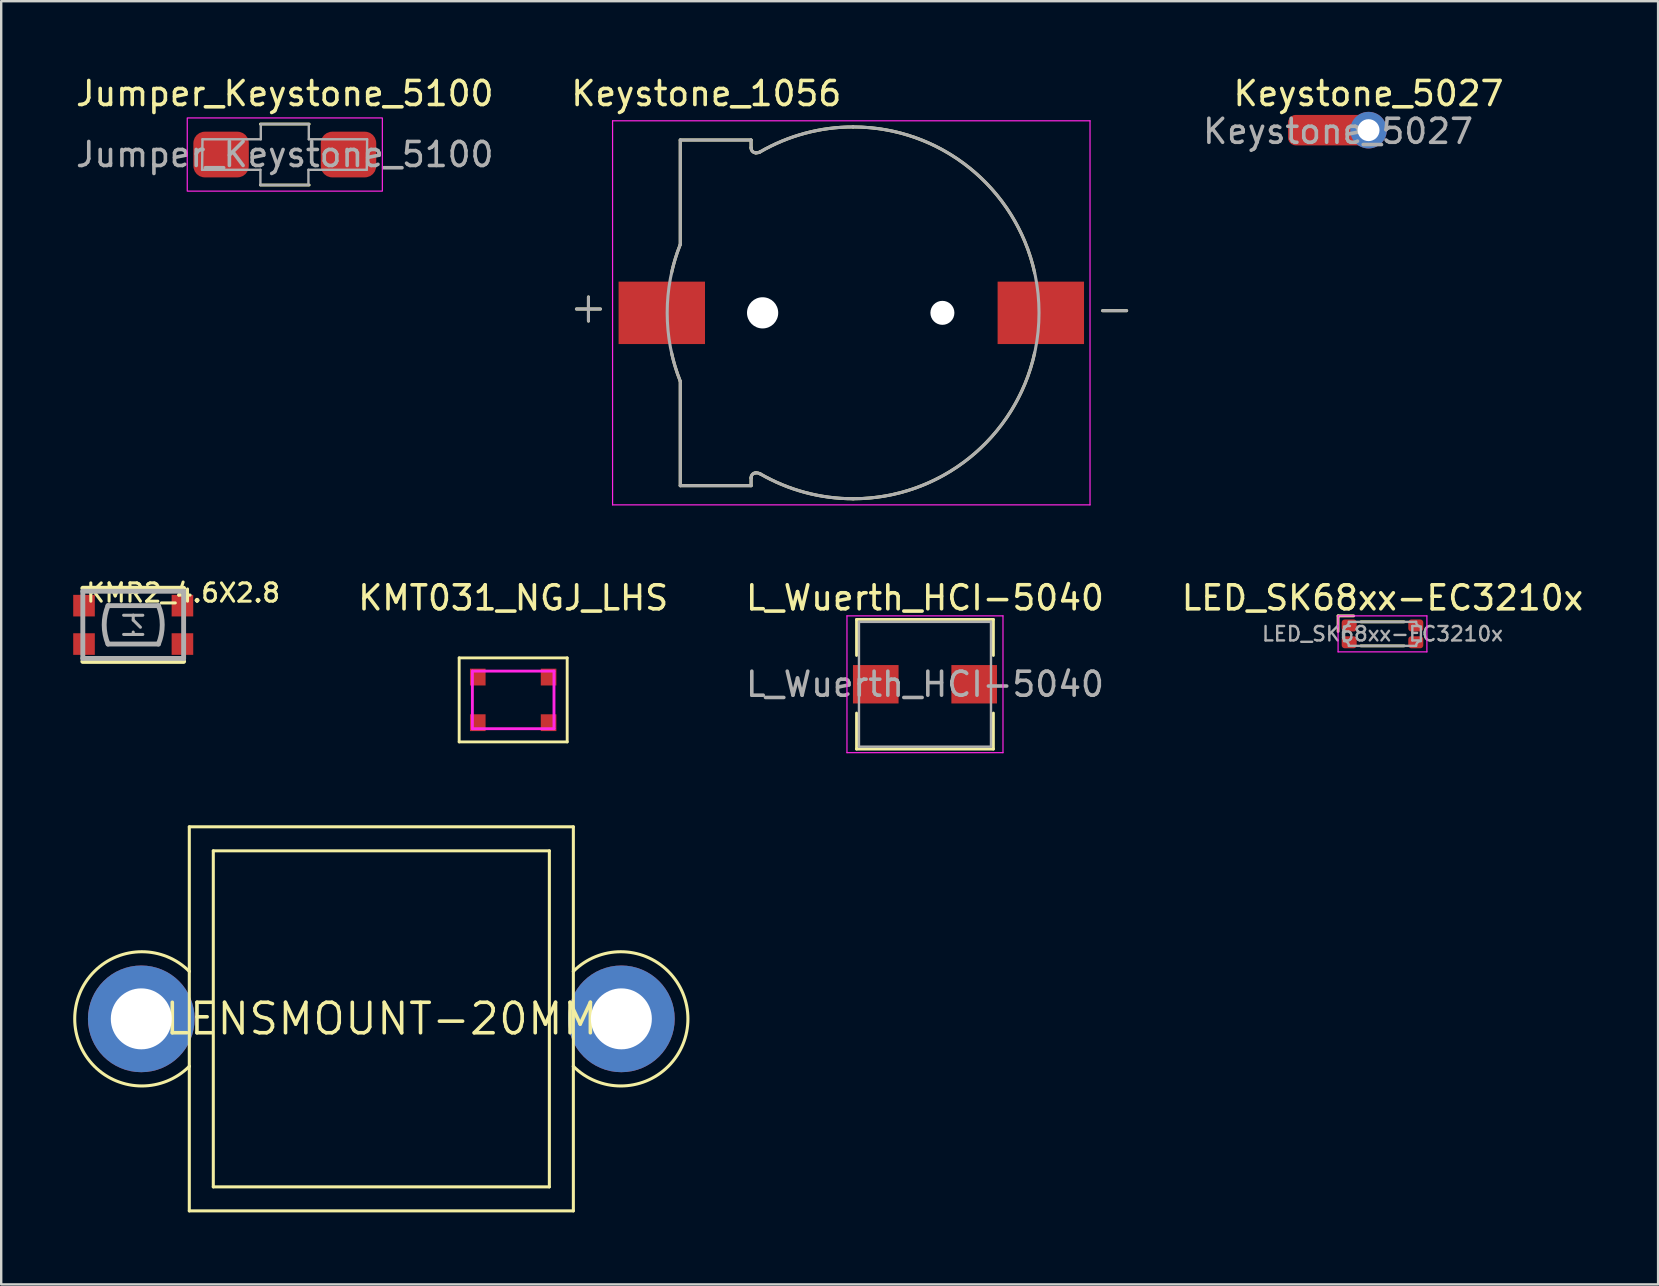
<source format=kicad_pcb>
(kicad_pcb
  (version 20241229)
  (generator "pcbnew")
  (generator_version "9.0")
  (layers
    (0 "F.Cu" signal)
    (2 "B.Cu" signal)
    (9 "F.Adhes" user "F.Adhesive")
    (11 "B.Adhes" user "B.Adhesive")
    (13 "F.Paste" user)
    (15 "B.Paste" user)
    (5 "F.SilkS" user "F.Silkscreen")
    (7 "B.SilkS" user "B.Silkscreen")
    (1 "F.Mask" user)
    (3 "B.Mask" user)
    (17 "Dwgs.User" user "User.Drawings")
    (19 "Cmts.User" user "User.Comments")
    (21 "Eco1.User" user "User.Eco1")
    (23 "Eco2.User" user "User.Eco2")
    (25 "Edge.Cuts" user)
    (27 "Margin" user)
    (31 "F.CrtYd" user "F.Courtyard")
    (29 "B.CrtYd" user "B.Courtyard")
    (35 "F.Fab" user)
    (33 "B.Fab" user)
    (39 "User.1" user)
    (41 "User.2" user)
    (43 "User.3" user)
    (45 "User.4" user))
  (footprint "LENSMOUNT-20MM"
    (layer "F.Cu")
    (at 12.836 39.395)
    (property "Reference" "LENSMOUNT-20MM" (at 0 0 0) (layer "F.SilkS") (effects (font (size 1.27 1.27) (thickness 0.15))))
    (attr through_hole)
    (fp_line (start -8 -8) (end 8 -8) (stroke (width 0.127) (type solid)) (layer "F.SilkS"))
    (fp_line (start -8 -1.977) (end -8 -8) (stroke (width 0.127) (type solid)) (layer "F.SilkS"))
    (fp_line (start -8 1.977) (end -8 -1.977) (stroke (width 0.127) (type solid)) (layer "F.SilkS"))
    (fp_line (start -8 8) (end -8 1.977) (stroke (width 0.127) (type solid)) (layer "F.SilkS"))
    (fp_line (start -7 -7) (end -7 7) (stroke (width 0.127) (type solid)) (layer "F.SilkS"))
    (fp_line (start -7 7) (end 7 7) (stroke (width 0.127) (type solid)) (layer "F.SilkS"))
    (fp_line (start 7 -7) (end -7 -7) (stroke (width 0.127) (type solid)) (layer "F.SilkS"))
    (fp_line (start 7 7) (end 7 -7) (stroke (width 0.127) (type solid)) (layer "F.SilkS"))
    (fp_line (start 8 -8) (end 8 -1.977) (stroke (width 0.127) (type solid)) (layer "F.SilkS"))
    (fp_line (start 8 -1.977) (end 8 1.977) (stroke (width 0.127) (type solid)) (layer "F.SilkS"))
    (fp_line (start 8 1.977) (end 8 8) (stroke (width 0.127) (type solid)) (layer "F.SilkS"))
    (fp_line (start 8 8) (end -8 8) (stroke (width 0.127) (type solid)) (layer "F.SilkS"))
    (fp_arc (start -8 1.977) (mid -12.7729 0) (end -8 -1.977) (stroke (width 0.127) (type solid)) (layer "F.SilkS"))
    (fp_arc (start 8 -1.977) (mid 12.7729 0) (end 8 1.977) (stroke (width 0.127) (type solid)) (layer "F.SilkS"))
    (pad "P$1" thru_hole circle (at -10 0) (size 4.445 4.445) (drill 2.54) (layers "*.Cu" "*.Mask"))
    (pad "P$2" thru_hole circle (at 10 0) (size 4.445 4.445) (drill 2.54) (layers "*.Cu" "*.Mask")))
  (footprint "Keystone_1056"
    (layer "F.Cu")
    (at 32.7 9.983)
    (property "Reference" "Keystone_1056" (at -6.325 -9.135 0) (layer "F.SilkS") (effects (font (size 1 1) (thickness 0.15))))
    (attr smd)
    (fp_line (start -11.735 -0.16) (end -10.735 -0.16) (stroke (width 0.127) (type solid)) (layer "F.SilkS"))
    (fp_line (start -11.235 -0.66) (end -11.235 0.34) (stroke (width 0.127) (type solid)) (layer "F.SilkS"))
    (fp_line (start -7.41 -7.2) (end -4.46 -7.2) (stroke (width 0.127) (type solid)) (layer "F.SilkS"))
    (fp_line (start -7.41 -2.85) (end -7.41 -7.2) (stroke (width 0.127) (type solid)) (layer "F.SilkS"))
    (fp_line (start -7.41 2.85) (end -7.41 7.2) (stroke (width 0.127) (type solid)) (layer "F.SilkS"))
    (fp_line (start -7.41 7.2) (end -4.46 7.2) (stroke (width 0.127) (type solid)) (layer "F.SilkS"))
    (fp_line (start -4.46 -7.2) (end -4.46 -6.88) (stroke (width 0.127) (type solid)) (layer "F.SilkS"))
    (fp_line (start -4.46 7.2) (end -4.46 6.88) (stroke (width 0.127) (type solid)) (layer "F.SilkS"))
    (fp_line (start 10.185 -0.09) (end 11.185 -0.09) (stroke (width 0.127) (type solid)) (layer "F.SilkS"))
    (fp_arc (start -7.773 -1.664) (mid -7.616196 -2.264559) (end -7.41 -2.85) (stroke (width 0.127) (type solid)) (layer "F.SilkS"))
    (fp_arc (start -7.41 2.85) (mid -7.616196 2.264559) (end -7.773 1.664) (stroke (width 0.127) (type solid)) (layer "F.SilkS"))
    (fp_arc (start -4.460001 6.88) (mid -4.40703 6.732113) (end -4.265 6.665) (stroke (width 0.127) (type solid)) (layer "F.SilkS"))
    (fp_arc (start -4.265 -6.665) (mid -4.407028 -6.732114) (end -4.46 -6.88) (stroke (width 0.127) (type solid)) (layer "F.SilkS"))
    (fp_arc (start -4.265 6.665) (mid -4.17231 6.672896) (end -4.085 6.705) (stroke (width 0.127) (type solid)) (layer "F.SilkS"))
    (fp_arc (start -4.085 -6.705) (mid -4.17231 -6.672896) (end -4.265 -6.665) (stroke (width 0.127) (type solid)) (layer "F.SilkS"))
    (fp_arc (start -4.085 -6.705) (mid -2.216137 -7.480737) (end -0.21 -7.745) (stroke (width 0.127) (type solid)) (layer "F.SilkS"))
    (fp_arc (start -0.21 -7.745) (mid 4.642358 -6.036609) (end 7.354 -1.664999) (stroke (width 0.127) (type solid)) (layer "F.SilkS"))
    (fp_arc (start -0.21 7.745) (mid -2.216137 7.480737) (end -4.085 6.705) (stroke (width 0.127) (type solid)) (layer "F.SilkS"))
    (fp_arc (start 7.354 1.664999) (mid 4.642358 6.036609) (end -0.21 7.745) (stroke (width 0.127) (type solid)) (layer "F.SilkS"))
    (fp_line (start -10.23 -8) (end 9.66 -8) (stroke (width 0.05) (type solid)) (layer "F.CrtYd"))
    (fp_line (start -10.23 8) (end -10.23 -8) (stroke (width 0.05) (type solid)) (layer "F.CrtYd"))
    (fp_line (start 9.66 -8) (end 9.66 8) (stroke (width 0.05) (type solid)) (layer "F.CrtYd"))
    (fp_line (start 9.66 8) (end -10.23 8) (stroke (width 0.05) (type solid)) (layer "F.CrtYd"))
    (fp_line (start -11.735 -0.16) (end -10.735 -0.16) (stroke (width 0.127) (type solid)) (layer "F.Fab"))
    (fp_line (start -11.235 -0.66) (end -11.235 0.34) (stroke (width 0.127) (type solid)) (layer "F.Fab"))
    (fp_line (start -7.41 -7.2) (end -7.41 -2.85) (stroke (width 0.127) (type solid)) (layer "F.Fab"))
    (fp_line (start -7.41 -7.2) (end -4.46 -7.2) (stroke (width 0.127) (type solid)) (layer "F.Fab"))
    (fp_line (start -7.41 2.85) (end -7.41 7.2) (stroke (width 0.127) (type solid)) (layer "F.Fab"))
    (fp_line (start -7.41 7.2) (end -4.46 7.2) (stroke (width 0.127) (type solid)) (layer "F.Fab"))
    (fp_line (start -4.46 -7.2) (end -4.46 -6.88) (stroke (width 0.127) (type solid)) (layer "F.Fab"))
    (fp_line (start -4.46 7.2) (end -4.46 6.88) (stroke (width 0.127) (type solid)) (layer "F.Fab"))
    (fp_line (start 10.185 -0.09) (end 11.185 -0.09) (stroke (width 0.127) (type solid)) (layer "F.Fab"))
    (fp_arc (start -7.41 2.85) (mid -7.955059 0) (end -7.41 -2.85) (stroke (width 0.127) (type solid)) (layer "F.Fab"))
    (fp_arc (start -4.460001 6.88) (mid -4.40703 6.732113) (end -4.265 6.665) (stroke (width 0.127) (type solid)) (layer "F.Fab"))
    (fp_arc (start -4.265 -6.665) (mid -4.407028 -6.732114) (end -4.46 -6.88) (stroke (width 0.127) (type solid)) (layer "F.Fab"))
    (fp_arc (start -4.265 6.665) (mid -4.17231 6.672896) (end -4.085 6.705) (stroke (width 0.127) (type solid)) (layer "F.Fab"))
    (fp_arc (start -4.085 -6.705) (mid -4.17231 -6.672896) (end -4.265 -6.665) (stroke (width 0.127) (type solid)) (layer "F.Fab"))
    (fp_arc (start -4.085 -6.705) (mid -2.216137 -7.480737) (end -0.21 -7.745) (stroke (width 0.127) (type solid)) (layer "F.Fab"))
    (fp_arc (start -0.21 -7.745) (mid 7.535 0) (end -0.21 7.745) (stroke (width 0.127) (type solid)) (layer "F.Fab"))
    (fp_arc (start -0.21 7.745) (mid -2.216137 7.480737) (end -4.085 6.705) (stroke (width 0.127) (type solid)) (layer "F.Fab"))
    (pad "" np_thru_hole circle (at -3.98 0) (size 1.3 1.3) (drill 1.3) (layers "*.Cu" "*.Mask"))
    (pad "" np_thru_hole circle (at 3.51 0) (size 1 1) (drill 1) (layers "*.Cu" "*.Mask"))
    (pad "1" smd rect (at -8.18 0 180) (size 3.6 2.6) (layers "F.Cu" "F.Mask" "F.Paste"))
    (pad "2" smd rect (at 7.61 0 180) (size 3.6 2.6) (layers "F.Cu" "F.Mask" "F.Paste")))
  (footprint "KMR2_4.6X2.8"
    (layer "F.Cu")
    (at 2.5 22.981)
    (property "Reference" "KMR2_4.6X2.8" (at -2.032 -1.778 180) (layer "F.SilkS") (effects (font (size 0.762 0.762) (thickness 0.127)) (justify left top)))
    (attr smd)
    (fp_line (start -2.1 -1.525) (end 2.1 -1.525) (stroke (width 0.203) (type solid)) (layer "F.SilkS"))
    (fp_line (start 2.1 1.525) (end -2.1 1.525) (stroke (width 0.203) (type solid)) (layer "F.SilkS"))
    (fp_line (start -2.1 -1.4) (end 2.1 -1.4) (stroke (width 0.203) (type solid)) (layer "F.Fab"))
    (fp_line (start -2.1 1.4) (end -2.1 -1.4) (stroke (width 0.203) (type solid)) (layer "F.Fab"))
    (fp_line (start -1.05 -0.8) (end 1.05 -0.8) (stroke (width 0.203) (type solid)) (layer "F.Fab"))
    (fp_line (start -0.4 -0.4) (end 0 -0.4) (stroke (width 0.127) (type solid)) (layer "F.Fab"))
    (fp_line (start -0.4 0.4) (end 0 0.4) (stroke (width 0.127) (type solid)) (layer "F.Fab"))
    (fp_line (start 0 -0.4) (end 0 -0.2) (stroke (width 0.127) (type solid)) (layer "F.Fab"))
    (fp_line (start 0 -0.4) (end 0.4 -0.4) (stroke (width 0.127) (type solid)) (layer "F.Fab"))
    (fp_line (start 0 -0.2) (end 0.3 0.1) (stroke (width 0.127) (type solid)) (layer "F.Fab"))
    (fp_line (start 0 0.4) (end 0 0.3) (stroke (width 0.127) (type solid)) (layer "F.Fab"))
    (fp_line (start 0 0.4) (end 0.4 0.4) (stroke (width 0.127) (type solid)) (layer "F.Fab"))
    (fp_line (start 1.05 0.8) (end -1.05 0.8) (stroke (width 0.203) (type solid)) (layer "F.Fab"))
    (fp_line (start 2.1 -1.4) (end 2.1 1.4) (stroke (width 0.203) (type solid)) (layer "F.Fab"))
    (fp_line (start 2.1 1.4) (end -2.1 1.4) (stroke (width 0.203) (type solid)) (layer "F.Fab"))
    (fp_arc (start -1.05 0.8) (mid -1.209128 0) (end -1.05 -0.799999) (stroke (width 0.2032) (type solid)) (layer "F.Fab"))
    (fp_arc (start 1.05 -0.8) (mid 1.209128 0) (end 1.05 0.799999) (stroke (width 0.2032) (type solid)) (layer "F.Fab"))
    (pad "1" smd rect (at 2.05 -0.8) (size 0.9 0.9) (layers "F.Cu" "F.Mask" "F.Paste"))
    (pad "1" smd rect (at 2.05 0.8) (size 0.9 0.9) (layers "F.Cu" "F.Mask" "F.Paste"))
    (pad "2" smd rect (at -2.05 -0.8) (size 0.9 0.9) (layers "F.Cu" "F.Mask" "F.Paste"))
    (pad "2" smd rect (at -2.05 0.8) (size 0.9 0.9) (layers "F.Cu" "F.Mask" "F.Paste")))
  (footprint "Jumper_Keystone_5100"
    (layer "F.Cu")
    (at 8.815 3.388)
    (property "Reference" "Jumper_Keystone_5100" (at 0 -2.54 0) (unlocked yes) (layer "F.SilkS") (effects (font (size 1 1) (thickness 0.15))))
    (attr smd)
    (fp_line (start -1.016 -1.27) (end 1.016 -1.27) (stroke (width 0.12) (type default)) (layer "F.SilkS"))
    (fp_line (start -1.016 1.27) (end 1.016 1.27) (stroke (width 0.12) (type default)) (layer "F.SilkS"))
    (fp_rect (start -4.064 -1.524) (end 4.064 1.524) (stroke (width 0.05) (type default)) (fill no) (layer "F.CrtYd"))
    (fp_line (start -3.43 -0.635) (end -3.446 0.635) (stroke (width 0.1) (type default)) (layer "F.Fab"))
    (fp_line (start -1.016 0.635) (end -3.446 0.635) (stroke (width 0.1) (type default)) (layer "F.Fab"))
    (fp_line (start -1.016 1.27) (end -1.016 0.635) (stroke (width 0.1) (type default)) (layer "F.Fab"))
    (fp_line (start -1.016 1.27) (end 0.984 1.27) (stroke (width 0.1) (type default)) (layer "F.Fab"))
    (fp_line (start -1 -1.27) (end -1 -0.635) (stroke (width 0.1) (type default)) (layer "F.Fab"))
    (fp_line (start -1 -1.27) (end 1 -1.27) (stroke (width 0.1) (type default)) (layer "F.Fab"))
    (fp_line (start -1 -0.635) (end -3.43 -0.635) (stroke (width 0.1) (type default)) (layer "F.Fab"))
    (fp_line (start 0.984 0.635) (end 3.414 0.635) (stroke (width 0.1) (type default)) (layer "F.Fab"))
    (fp_line (start 0.984 1.27) (end 0.984 0.635) (stroke (width 0.1) (type default)) (layer "F.Fab"))
    (fp_line (start 1 -1.27) (end 1 -0.635) (stroke (width 0.1) (type default)) (layer "F.Fab"))
    (fp_line (start 1 -0.635) (end 3.43 -0.635) (stroke (width 0.1) (type default)) (layer "F.Fab"))
    (fp_line (start 3.43 -0.635) (end 3.414 0.635) (stroke (width 0.1) (type default)) (layer "F.Fab"))
    (fp_text user "${REFERENCE}" (at 0 0 0) (unlocked yes) (layer "F.Fab") (effects (font (size 1 1) (thickness 0.15))))
    (pad "1" smd roundrect (at -2.654 0) (size 2.311 1.905) (layers "F.Cu" "F.Mask" "F.Paste") (roundrect_rratio 0.25))
    (pad "2" smd roundrect (at 2.654 0) (size 2.311 1.905) (layers "F.Cu" "F.Mask" "F.Paste") (roundrect_rratio 0.25)))
  (footprint "L_Wuerth_HCI-5040"
    (layer "F.Cu")
    (at 35.484 25.456)
    (property "Reference" "L_Wuerth_HCI-5040" (at 0 -3.6 0) (layer "F.SilkS") (effects (font (size 1 1) (thickness 0.15))))
    (attr smd)
    (fp_line (start -2.85 -2.7) (end 2.85 -2.7) (stroke (width 0.12) (type solid)) (layer "F.SilkS"))
    (fp_line (start -2.85 -1.2) (end -2.85 -2.7) (stroke (width 0.12) (type solid)) (layer "F.SilkS"))
    (fp_line (start -2.85 1.2) (end -2.85 2.7) (stroke (width 0.12) (type solid)) (layer "F.SilkS"))
    (fp_line (start -2.85 2.7) (end 2.85 2.7) (stroke (width 0.12) (type solid)) (layer "F.SilkS"))
    (fp_line (start 2.85 -2.7) (end 2.85 -1.2) (stroke (width 0.12) (type solid)) (layer "F.SilkS"))
    (fp_line (start 2.85 2.7) (end 2.85 1.2) (stroke (width 0.12) (type solid)) (layer "F.SilkS"))
    (fp_line (start -3.25 -2.85) (end -3.25 2.85) (stroke (width 0.05) (type solid)) (layer "F.CrtYd"))
    (fp_line (start -3.25 2.85) (end 3.25 2.85) (stroke (width 0.05) (type solid)) (layer "F.CrtYd"))
    (fp_line (start 3.25 -2.85) (end -3.25 -2.85) (stroke (width 0.05) (type solid)) (layer "F.CrtYd"))
    (fp_line (start 3.25 2.85) (end 3.25 -2.85) (stroke (width 0.05) (type solid)) (layer "F.CrtYd"))
    (fp_line (start -2.75 -2.6) (end -2.75 2.6) (stroke (width 0.1) (type solid)) (layer "F.Fab"))
    (fp_line (start -2.75 2.6) (end 2.75 2.6) (stroke (width 0.1) (type solid)) (layer "F.Fab"))
    (fp_line (start 2.75 -2.6) (end -2.75 -2.6) (stroke (width 0.1) (type solid)) (layer "F.Fab"))
    (fp_line (start 2.75 2.6) (end 2.75 -2.6) (stroke (width 0.1) (type solid)) (layer "F.Fab"))
    (fp_text user "${REFERENCE}" (at 0 0 0) (layer "F.Fab") (effects (font (size 1 1) (thickness 0.15))))
    (pad "1" smd rect (at -2.05 0) (size 1.9 1.6) (layers "F.Cu" "F.Mask" "F.Paste"))
    (pad "2" smd rect (at 2.05 0) (size 1.9 1.6) (layers "F.Cu" "F.Mask" "F.Paste")))
  (footprint "Keystone_5027"
    (layer "F.Cu")
    (at 53.963 2.372)
    (property "Reference" "Keystone_5027" (at 0 -1.524 0) (layer "F.SilkS") (effects (font (size 1 1) (thickness 0.15))))
    (attr smd)
    (fp_text user "${REFERENCE}" (at -1.27 0.635 0) (unlocked yes) (layer "F.Fab") (effects (font (size 1 1) (thickness 0.15)) (justify bottom)))
    (pad "1" thru_hole circle (at 0 0) (size 1.524 1.524) (drill 0.914) (layers "*.Cu" "*.Mask"))
    (pad "1" smd roundrect (at 0 0) (size 3.81 1.27) (drill (offset -1.448 0)) (layers "F.Cu" "F.Mask" "F.Paste") (roundrect_rratio 0.25)))
  (footprint "KMT031_NGJ_LHS"
    (layer "F.Cu")
    (at 18.329 26.107)
    (property "Reference" "KMT031_NGJ_LHS" (at 0 -4.25 0) (layer "F.SilkS") (effects (font (size 1 1) (thickness 0.15))))
    (attr through_hole)
    (fp_line (start -2.25 -1.75) (end 2.25 -1.75) (stroke (width 0.12) (type solid)) (layer "F.SilkS"))
    (fp_line (start -2.25 1.75) (end -2.25 -1.75) (stroke (width 0.12) (type solid)) (layer "F.SilkS"))
    (fp_line (start -2.25 1.75) (end 2.25 1.75) (stroke (width 0.12) (type solid)) (layer "F.SilkS"))
    (fp_line (start 2.25 1.75) (end 2.25 -1.75) (stroke (width 0.12) (type solid)) (layer "F.SilkS"))
    (fp_line (start -1.7 1.2) (end -1.7 -1.2) (stroke (width 0.12) (type solid)) (layer "F.CrtYd"))
    (fp_line (start 1.7 -1.2) (end -1.7 -1.2) (stroke (width 0.12) (type solid)) (layer "F.CrtYd"))
    (fp_line (start 1.7 -1.2) (end 1.7 1.2) (stroke (width 0.12) (type solid)) (layer "F.CrtYd"))
    (fp_line (start 1.7 1.2) (end -1.7 1.2) (stroke (width 0.12) (type solid)) (layer "F.CrtYd"))
    (pad "1" smd rect (at -1.475 -0.95) (size 0.65 0.7) (layers "F.Cu" "F.Mask" "F.Paste"))
    (pad "1" smd rect (at 1.475 -0.95) (size 0.65 0.7) (layers "F.Cu" "F.Mask" "F.Paste"))
    (pad "2" smd rect (at -1.475 0.95) (size 0.65 0.7) (layers "F.Cu" "F.Mask" "F.Paste"))
    (pad "2" smd rect (at 1.475 0.95) (size 0.65 0.7) (layers "F.Cu" "F.Mask" "F.Paste")))
  (footprint "LED_SK68xx-EC3210x"
    (layer "F.Cu")
    (at 54.544 23.357)
    (property "Reference" "LED_SK68xx-EC3210x" (at 0 -1.5 0) (unlocked yes) (layer "F.SilkS") (effects (font (size 1 1) (thickness 0.15))))
    (attr smd)
    (fp_line (start -1.85 -0.75) (end -1.85 -0.1) (stroke (width 0.12) (type default)) (layer "F.SilkS"))
    (fp_line (start -1.85 -0.75) (end -1.2 -0.75) (stroke (width 0.12) (type default)) (layer "F.SilkS"))
    (fp_line (start -0.9 -0.5) (end 0.9 -0.5) (stroke (width 0.12) (type default)) (layer "F.SilkS"))
    (fp_line (start -0.9 0.5) (end 0.9 0.5) (stroke (width 0.12) (type default)) (layer "F.SilkS"))
    (fp_line (start -1.85 -0.75) (end -1.85 0.75) (stroke (width 0.05) (type default)) (layer "F.CrtYd"))
    (fp_line (start -1.85 -0.75) (end 1.85 -0.75) (stroke (width 0.05) (type default)) (layer "F.CrtYd"))
    (fp_line (start -1.85 0.75) (end 1.85 0.75) (stroke (width 0.05) (type default)) (layer "F.CrtYd"))
    (fp_line (start 1.85 -0.75) (end 1.85 0.75) (stroke (width 0.05) (type default)) (layer "F.CrtYd"))
    (fp_line (start -1.6 0.3) (end -1.6 -0.3) (stroke (width 0.1) (type solid)) (layer "F.Fab"))
    (fp_line (start -1.4 -0.5) (end 1.4 -0.5) (stroke (width 0.1) (type solid)) (layer "F.Fab"))
    (fp_line (start -1.4 0.5) (end 1.4 0.5) (stroke (width 0.1) (type solid)) (layer "F.Fab"))
    (fp_line (start 1.6 0.3) (end 1.6 -0.3) (stroke (width 0.1) (type solid)) (layer "F.Fab"))
    (fp_arc (start -1.6 0.3) (mid -1.458579 0.358579) (end -1.4 0.5) (stroke (width 0.1) (type default)) (layer "F.Fab"))
    (fp_arc (start -1.4 -0.5) (mid -1.458579 -0.358579) (end -1.6 -0.3) (stroke (width 0.1) (type default)) (layer "F.Fab"))
    (fp_arc (start 1.4 0.5) (mid 1.458579 0.358579) (end 1.6 0.3) (stroke (width 0.1) (type default)) (layer "F.Fab"))
    (fp_arc (start 1.6 -0.3) (mid 1.458579 -0.358579) (end 1.4 -0.5) (stroke (width 0.1) (type default)) (layer "F.Fab"))
    (fp_text user "${REFERENCE}" (at 0 0 0) (unlocked yes) (layer "F.Fab") (effects (font (size 0.6 0.6) (thickness 0.1) (bold yes))))
    (pad "1" smd roundrect (at -1.387 -0.35) (size 0.625 0.5) (layers "F.Cu" "F.Mask" "F.Paste") (roundrect_rratio 0.25))
    (pad "2" smd roundrect (at -1.387 0.35) (size 0.625 0.5) (layers "F.Cu" "F.Mask" "F.Paste") (roundrect_rratio 0.25))
    (pad "3" smd roundrect (at 1.387 0.35) (size 0.625 0.5) (layers "F.Cu" "F.Mask" "F.Paste") (roundrect_rratio 0.25))
    (pad "4" smd roundrect (at 1.387 -0.35) (size 0.625 0.5) (layers "F.Cu" "F.Mask" "F.Paste") (roundrect_rratio 0.25)))
  (gr_rect
    (start -3 -3)
    (end 66.026 50.459)
    (stroke (width 0.1) (type default))
    (fill no)
    (layer "Edge.Cuts")))
</source>
